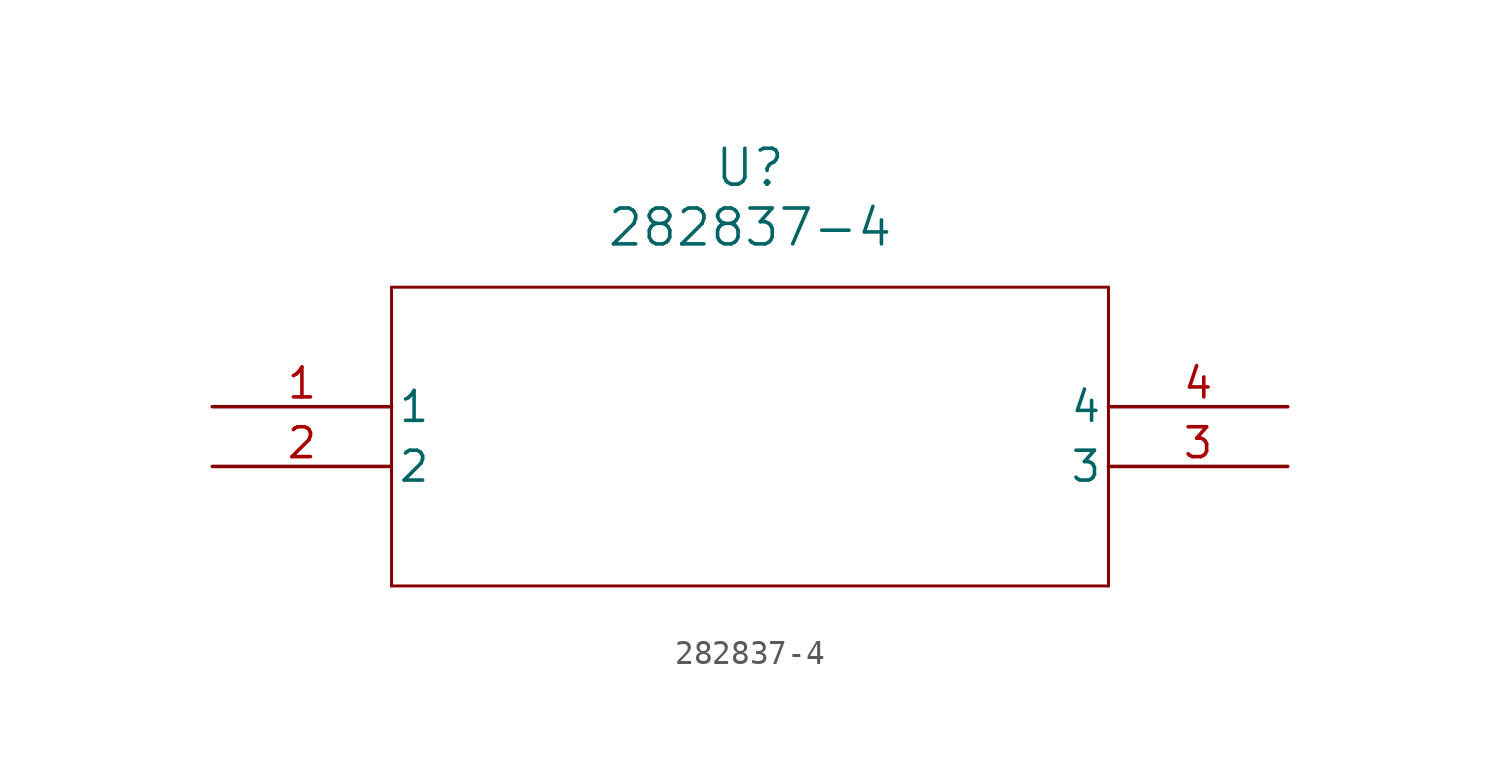
<source format=kicad_sym>
(kicad_symbol_lib
  (version 20211014)
  (generator kicad_symbol_editor)
  (symbol "282837-4"
    (pin_names
      (offset 0.254))
    (property "Reference" "U"
      (at 22.86 10.16 0)
      (effects (font (size 1.524 1.524))))
    (property "Value" "282837-4"
      (at 22.86 7.62 0)
      (effects (font (size 1.524 1.524))))
    (symbol "282837-4_0_1"
      (polyline (pts (xy 7.62 5.08) (xy 7.62 -7.62)) (stroke (width 0.127) (type default) (color 0 0 0 0)) (fill (type none)))
      (polyline (pts (xy 7.62 -7.62) (xy 38.1 -7.62)) (stroke (width 0.127) (type default) (color 0 0 0 0)) (fill (type none)))
      (polyline (pts (xy 38.1 -7.62) (xy 38.1 5.08)) (stroke (width 0.127) (type default) (color 0 0 0 0)) (fill (type none)))
      (polyline (pts (xy 38.1 5.08) (xy 7.62 5.08)) (stroke (width 0.127) (type default) (color 0 0 0 0)) (fill (type none)))
      (pin unspecified line (at 0 0 0) (length 7.62) (name "1" (effects (font (size 1.27 1.27)))) (number "1" (effects (font (size 1.27 1.27)))))
      (pin unspecified line (at 0 -2.54 0) (length 7.62) (name "2" (effects (font (size 1.27 1.27)))) (number "2" (effects (font (size 1.27 1.27)))))
      (pin unspecified line (at 45.72 -2.54 180) (length 7.62) (name "3" (effects (font (size 1.27 1.27)))) (number "3" (effects (font (size 1.27 1.27)))))
      (pin unspecified line (at 45.72 0 180) (length 7.62) (name "4" (effects (font (size 1.27 1.27)))) (number "4" (effects (font (size 1.27 1.27))))))))
</source>
